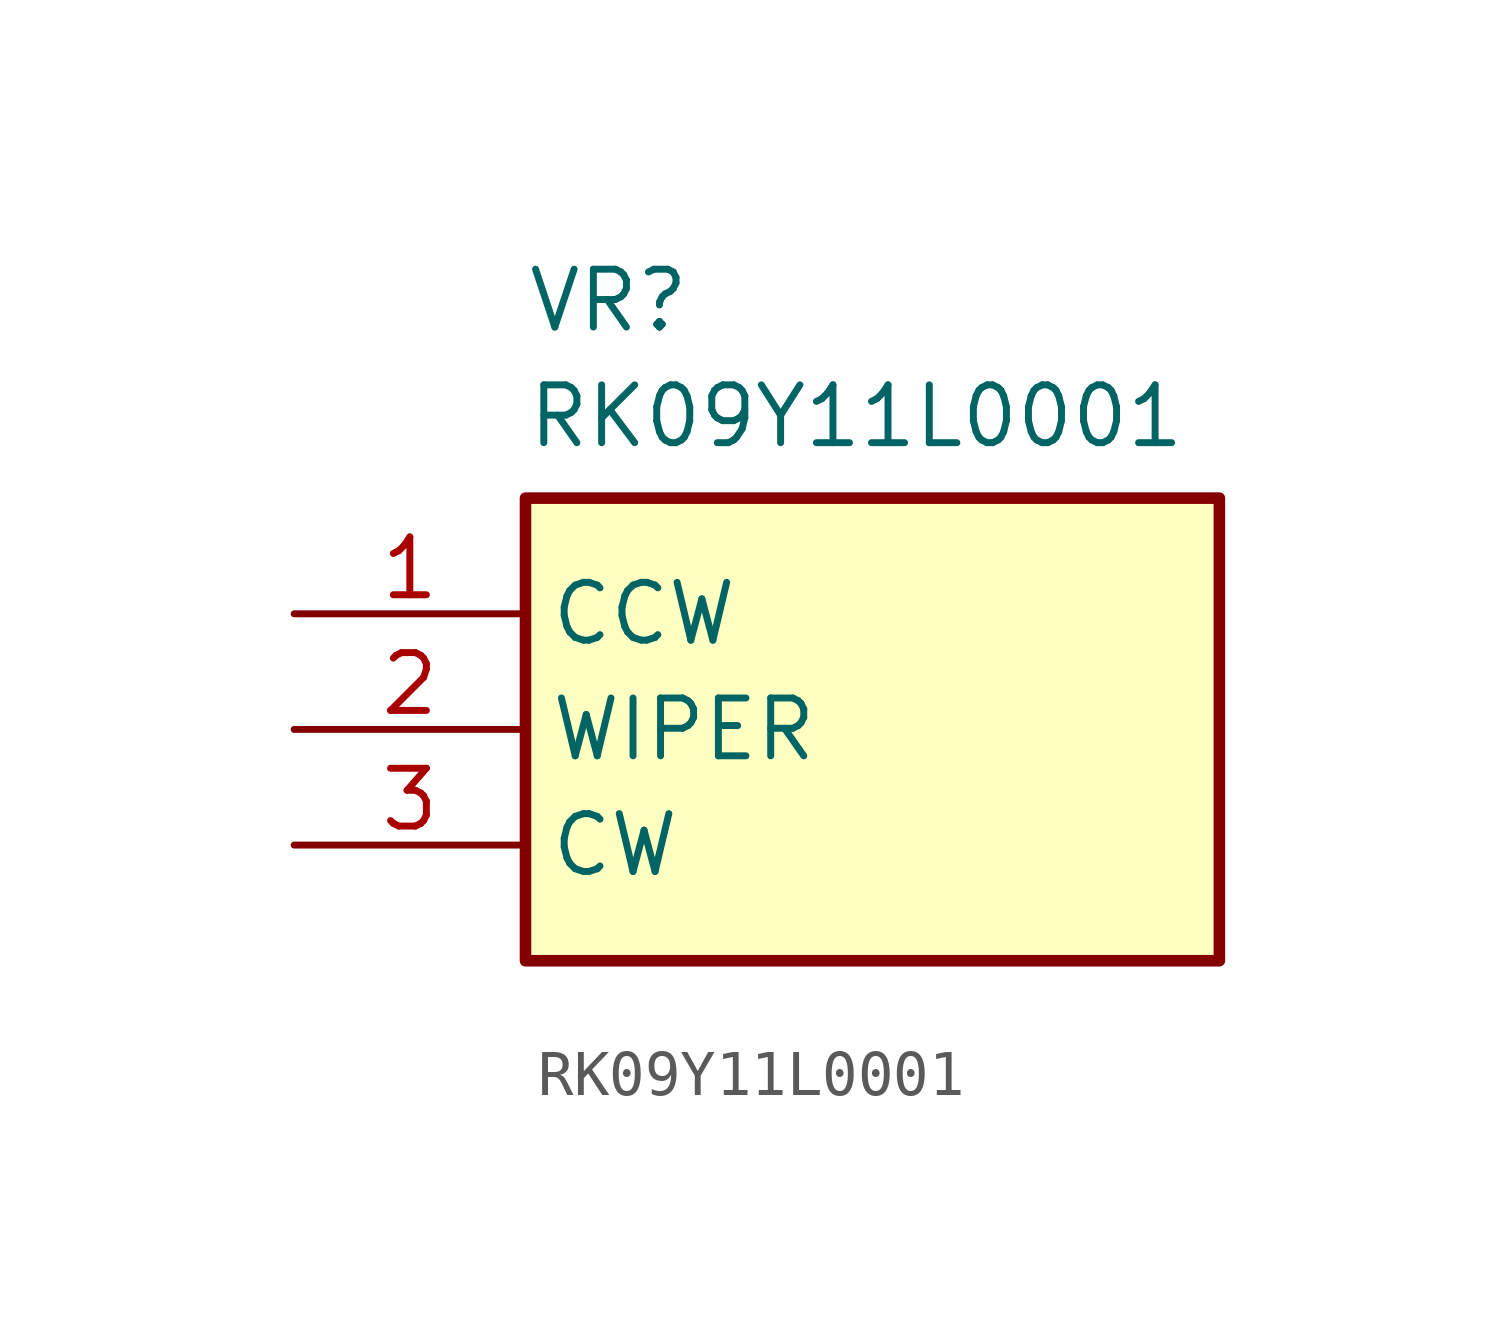
<source format=kicad_sym>
(kicad_symbol_lib
  (version 20220914)
  (generator kicad_symbol_editor)
  (symbol "RK09Y11L0001"
    (property "Reference" "VR"
      (at -6.35 10.16 0)
      (effects (font (size 1.27 1.27)) (justify left top)))
    (property "Value" "RK09Y11L0001"
      (at -6.35 7.62 0)
      (effects (font (size 1.27 1.27)) (justify left top)))
    (symbol "RK09Y11L0001_1_1"
      (rectangle (start -6.35 5.08) (end 8.89 -5.08) (stroke (width 0.254) (type default)) (fill (type background)))
      (pin passive line (at -11.43 2.54 0) (length 5.08) (name "CCW" (effects (font (size 1.27 1.27)))) (number "1" (effects (font (size 1.27 1.27)))))
      (pin passive line (at -11.43 0 0) (length 5.08) (name "WIPER" (effects (font (size 1.27 1.27)))) (number "2" (effects (font (size 1.27 1.27)))))
      (pin passive line (at -11.43 -2.54 0) (length 5.08) (name "CW" (effects (font (size 1.27 1.27)))) (number "3" (effects (font (size 1.27 1.27))))))))
</source>
